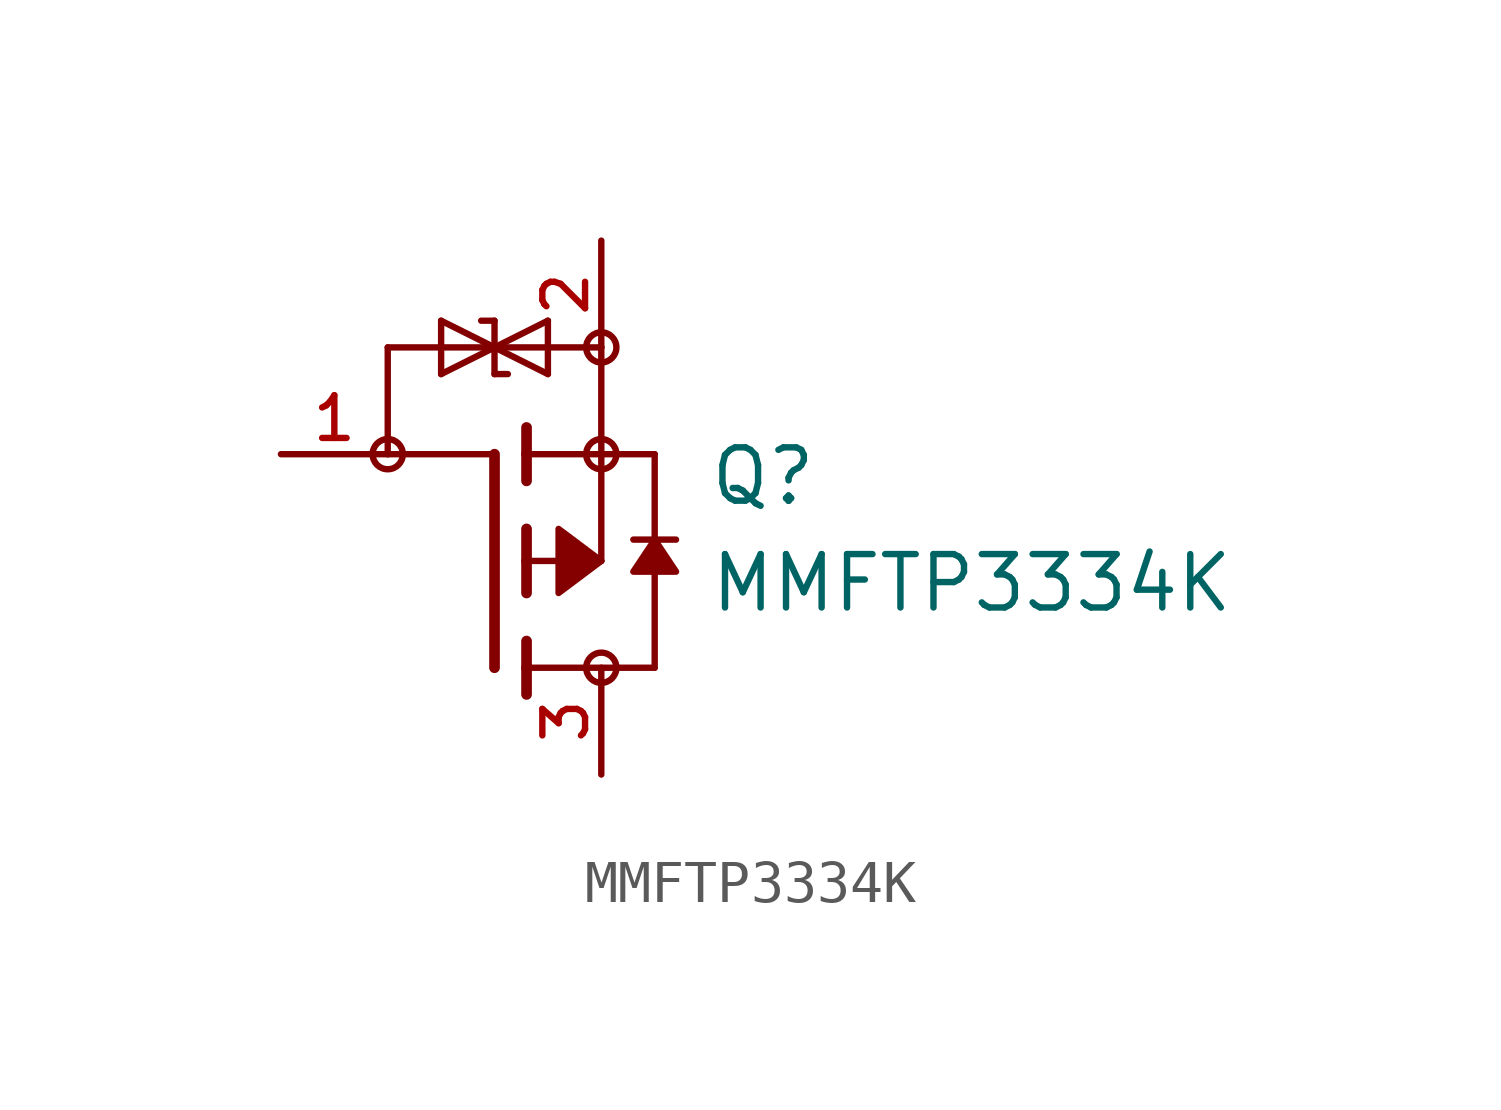
<source format=kicad_sym>
(kicad_symbol_lib
  (version 20220914)
  (generator kicad_symbol_editor)
  (symbol "MMFTP3334K"
    (pin_names
      (offset 1.016))
    (property "Reference" "Q"
      (at 5.08 1.27 0)
      (effects (font (size 1.27 1.27)) (justify left bottom)))
    (property "Value" "MMFTP3334K"
      (at 5.08 -1.27 0)
      (effects (font (size 1.27 1.27)) (justify left bottom)))
    (symbol "MMFTP3334K_0_0"
      (circle (center -2.54 2.54) (radius 0.359) (stroke (width 0) (type default)) (fill (type none)))
      (polyline (pts (xy -2.54 2.54) (xy -2.54 5.08)) (stroke (width 0.152) (type default)) (fill (type none)))
      (polyline (pts (xy -2.54 2.54) (xy 0 2.54)) (stroke (width 0.152) (type default)) (fill (type none)))
      (polyline (pts (xy -2.54 5.08) (xy 2.54 5.08)) (stroke (width 0.152) (type default)) (fill (type none)))
      (polyline (pts (xy -1.27 4.445) (xy -1.27 5.715)) (stroke (width 0.152) (type default)) (fill (type none)))
      (polyline (pts (xy -1.27 5.715) (xy 0 5.08)) (stroke (width 0.152) (type default)) (fill (type none)))
      (polyline (pts (xy 0 -2.54) (xy 0 2.54)) (stroke (width 0.254) (type default)) (fill (type none)))
      (polyline (pts (xy 0 4.445) (xy 0 5.715)) (stroke (width 0.152) (type default)) (fill (type none)))
      (polyline (pts (xy 0 4.445) (xy 0.318 4.445)) (stroke (width 0.152) (type default)) (fill (type none)))
      (polyline (pts (xy 0 5.08) (xy -1.27 4.445)) (stroke (width 0.152) (type default)) (fill (type none)))
      (polyline (pts (xy 0 5.08) (xy 1.27 4.445)) (stroke (width 0.152) (type default)) (fill (type none)))
      (polyline (pts (xy 0 5.715) (xy -0.318 5.715)) (stroke (width 0.152) (type default)) (fill (type none)))
      (polyline (pts (xy 0.762 -3.175) (xy 0.762 -2.54)) (stroke (width 0.254) (type default)) (fill (type none)))
      (polyline (pts (xy 0.762 -2.54) (xy 0.762 -1.905)) (stroke (width 0.254) (type default)) (fill (type none)))
      (polyline (pts (xy 0.762 -2.54) (xy 3.81 -2.54)) (stroke (width 0.152) (type default)) (fill (type none)))
      (polyline (pts (xy 0.762 -0.762) (xy 0.762 0)) (stroke (width 0.254) (type default)) (fill (type none)))
      (polyline (pts (xy 0.762 0) (xy 0.762 0.762)) (stroke (width 0.254) (type default)) (fill (type none)))
      (polyline (pts (xy 0.762 0) (xy 2.54 0)) (stroke (width 0.152) (type default)) (fill (type none)))
      (polyline (pts (xy 0.762 1.905) (xy 0.762 2.54)) (stroke (width 0.254) (type default)) (fill (type none)))
      (polyline (pts (xy 0.762 2.54) (xy 0.762 3.175)) (stroke (width 0.254) (type default)) (fill (type none)))
      (polyline (pts (xy 1.27 4.445) (xy 1.27 5.715)) (stroke (width 0.152) (type default)) (fill (type none)))
      (polyline (pts (xy 1.27 5.715) (xy 0 5.08)) (stroke (width 0.152) (type default)) (fill (type none)))
      (polyline (pts (xy 2.54 0) (xy 2.54 2.54)) (stroke (width 0.152) (type default)) (fill (type none)))
      (polyline (pts (xy 2.54 2.54) (xy 0.762 2.54)) (stroke (width 0.152) (type default)) (fill (type none)))
      (polyline (pts (xy 2.54 2.54) (xy 3.81 2.54)) (stroke (width 0.152) (type default)) (fill (type none)))
      (polyline (pts (xy 2.54 5.08) (xy 2.54 2.54)) (stroke (width 0.152) (type default)) (fill (type none)))
      (polyline (pts (xy 3.302 0.508) (xy 3.81 0.508)) (stroke (width 0.152) (type default)) (fill (type none)))
      (polyline (pts (xy 3.81 -2.54) (xy 3.81 0.508)) (stroke (width 0.152) (type default)) (fill (type none)))
      (polyline (pts (xy 3.81 0.508) (xy 3.81 2.54)) (stroke (width 0.152) (type default)) (fill (type none)))
      (polyline (pts (xy 3.81 0.508) (xy 4.318 0.508)) (stroke (width 0.152) (type default)) (fill (type none)))
      (polyline (pts (xy 2.54 0) (xy 1.524 0.762) (xy 1.524 -0.762) (xy 2.54 0)) (stroke (width 0.152) (type default)) (fill (type outline)))
      (polyline (pts (xy 3.81 0.508) (xy 4.318 -0.254) (xy 3.302 -0.254) (xy 3.81 0.508)) (stroke (width 0.152) (type default)) (fill (type outline)))
      (circle (center 2.54 -2.54) (radius 0.359) (stroke (width 0) (type default)) (fill (type none)))
      (circle (center 2.54 2.54) (radius 0.359) (stroke (width 0) (type default)) (fill (type none)))
      (circle (center 2.54 5.08) (radius 0.359) (stroke (width 0) (type default)) (fill (type none)))
      (pin passive line (at -5.08 2.54 0) (length 2.54) (name "~" (effects (font (size 1.016 1.016)))) (number "1" (effects (font (size 1.016 1.016)))))
      (pin passive line (at 2.54 7.62 270) (length 2.54) (name "~" (effects (font (size 1.016 1.016)))) (number "2" (effects (font (size 1.016 1.016)))))
      (pin passive line (at 2.54 -5.08 90) (length 2.54) (name "~" (effects (font (size 1.016 1.016)))) (number "3" (effects (font (size 1.016 1.016))))))))
</source>
